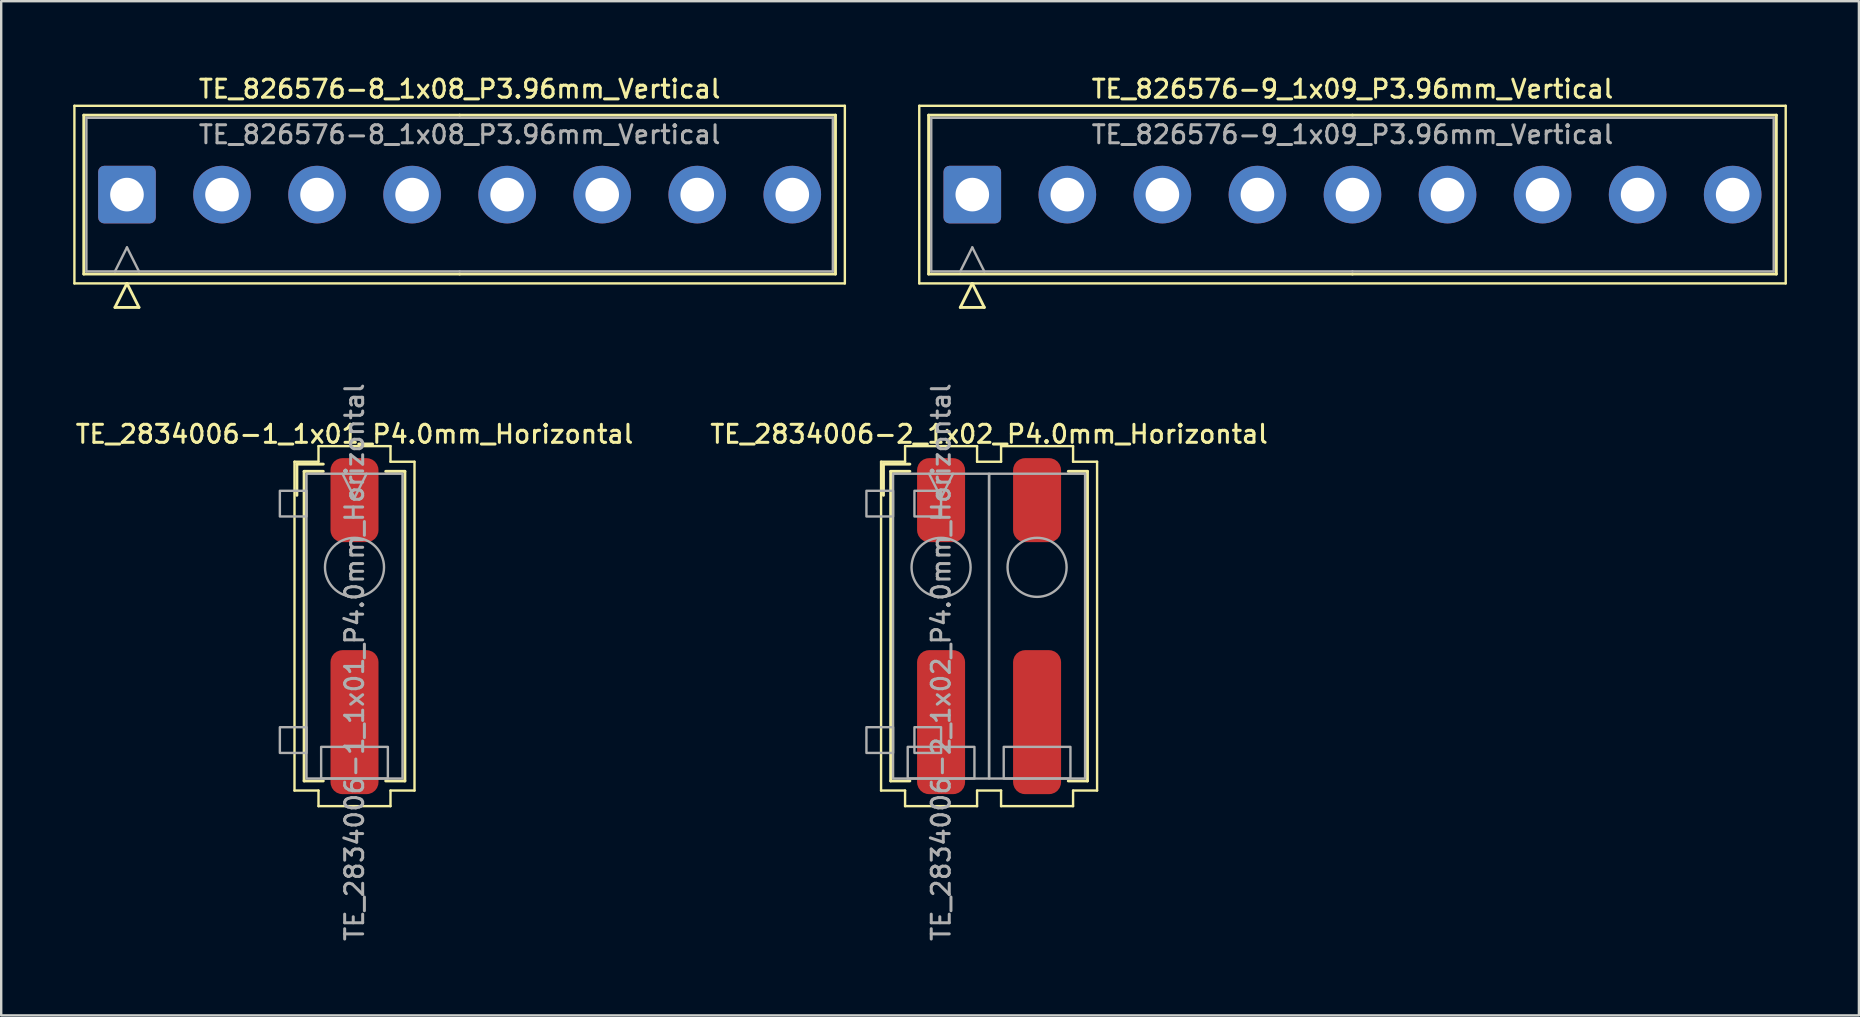
<source format=kicad_pcb>
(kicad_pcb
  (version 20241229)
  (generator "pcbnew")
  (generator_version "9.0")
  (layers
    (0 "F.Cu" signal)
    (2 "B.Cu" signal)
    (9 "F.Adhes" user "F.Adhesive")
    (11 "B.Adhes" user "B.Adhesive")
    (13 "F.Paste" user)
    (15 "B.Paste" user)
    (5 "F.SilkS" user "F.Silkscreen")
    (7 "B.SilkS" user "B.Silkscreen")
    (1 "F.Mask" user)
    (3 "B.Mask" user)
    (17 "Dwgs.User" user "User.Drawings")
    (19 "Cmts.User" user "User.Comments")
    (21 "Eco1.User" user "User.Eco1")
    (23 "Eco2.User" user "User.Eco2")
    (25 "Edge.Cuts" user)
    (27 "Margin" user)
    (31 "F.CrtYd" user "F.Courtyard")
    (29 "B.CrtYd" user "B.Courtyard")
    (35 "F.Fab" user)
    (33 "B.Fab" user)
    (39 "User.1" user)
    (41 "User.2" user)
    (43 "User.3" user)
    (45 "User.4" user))
  (footprint "TE_826576-9_1x09_P3.96mm_Vertical"
    (layer "F.Cu")
    (at 37.46 5.058)
    (property "Reference" "TE_826576-9_1x09_P3.96mm_Vertical" (at 15.84 -4.4 0) (layer "F.SilkS") (effects (font (size 0.75 0.75) (thickness 0.125))))
    (attr through_hole)
    (fp_line (start -2.21 -3.7) (end -2.21 3.7) (stroke (width 0.1) (type solid)) (layer "F.SilkS"))
    (fp_line (start -2.21 3.7) (end 33.89 3.7) (stroke (width 0.1) (type solid)) (layer "F.SilkS"))
    (fp_line (start -1.82 -3.31) (end -1.82 3.31) (stroke (width 0.12) (type solid)) (layer "F.SilkS"))
    (fp_line (start -1.82 3.31) (end 15.84 3.31) (stroke (width 0.12) (type solid)) (layer "F.SilkS"))
    (fp_line (start -0.5 4.7) (end 0 3.7) (stroke (width 0.12) (type solid)) (layer "F.SilkS"))
    (fp_line (start 0 3.7) (end 0.5 4.7) (stroke (width 0.12) (type solid)) (layer "F.SilkS"))
    (fp_line (start 0.5 4.7) (end -0.5 4.7) (stroke (width 0.12) (type solid)) (layer "F.SilkS"))
    (fp_line (start 15.84 -3.31) (end -1.82 -3.31) (stroke (width 0.12) (type solid)) (layer "F.SilkS"))
    (fp_line (start 15.84 -3.31) (end 33.5 -3.31) (stroke (width 0.12) (type solid)) (layer "F.SilkS"))
    (fp_line (start 33.5 -3.31) (end 33.5 3.31) (stroke (width 0.12) (type solid)) (layer "F.SilkS"))
    (fp_line (start 33.5 3.31) (end 15.84 3.31) (stroke (width 0.12) (type solid)) (layer "F.SilkS"))
    (fp_line (start 33.89 -3.7) (end -2.21 -3.7) (stroke (width 0.1) (type solid)) (layer "F.SilkS"))
    (fp_line (start 33.89 3.7) (end 33.89 -3.7) (stroke (width 0.1) (type solid)) (layer "F.SilkS"))
    (fp_line (start -1.71 -3.2) (end -1.71 3.2) (stroke (width 0.1) (type solid)) (layer "F.Fab"))
    (fp_line (start -1.71 3.2) (end 15.84 3.2) (stroke (width 0.1) (type solid)) (layer "F.Fab"))
    (fp_line (start -0.5 3.2) (end 0 2.2) (stroke (width 0.1) (type solid)) (layer "F.Fab"))
    (fp_line (start 0 2.2) (end 0.5 3.2) (stroke (width 0.1) (type solid)) (layer "F.Fab"))
    (fp_line (start 15.84 -3.2) (end -1.71 -3.2) (stroke (width 0.1) (type solid)) (layer "F.Fab"))
    (fp_line (start 15.84 -3.2) (end 33.39 -3.2) (stroke (width 0.1) (type solid)) (layer "F.Fab"))
    (fp_line (start 33.39 -3.2) (end 33.39 3.2) (stroke (width 0.1) (type solid)) (layer "F.Fab"))
    (fp_line (start 33.39 3.2) (end 15.84 3.2) (stroke (width 0.1) (type solid)) (layer "F.Fab"))
    (fp_text user "${REFERENCE}" (at 15.84 -2.5 0) (layer "F.Fab") (effects (font (size 0.75 0.75) (thickness 0.125))))
    (pad "1" thru_hole roundrect (at 0 0) (size 2.4 2.4) (drill 1.4) (layers "*.Cu" "*.Mask") (roundrect_rratio 0.104))
    (pad "2" thru_hole circle (at 3.96 0) (size 2.4 2.4) (drill 1.4) (layers "*.Cu" "*.Mask"))
    (pad "3" thru_hole circle (at 7.92 0) (size 2.4 2.4) (drill 1.4) (layers "*.Cu" "*.Mask"))
    (pad "4" thru_hole circle (at 11.88 0) (size 2.4 2.4) (drill 1.4) (layers "*.Cu" "*.Mask"))
    (pad "5" thru_hole circle (at 15.84 0) (size 2.4 2.4) (drill 1.4) (layers "*.Cu" "*.Mask"))
    (pad "6" thru_hole circle (at 19.8 0) (size 2.4 2.4) (drill 1.4) (layers "*.Cu" "*.Mask"))
    (pad "7" thru_hole circle (at 23.76 0) (size 2.4 2.4) (drill 1.4) (layers "*.Cu" "*.Mask"))
    (pad "8" thru_hole circle (at 27.72 0) (size 2.4 2.4) (drill 1.4) (layers "*.Cu" "*.Mask"))
    (pad "9" thru_hole circle (at 31.68 0) (size 2.4 2.4) (drill 1.4) (layers "*.Cu" "*.Mask")))
  (footprint "TE_2834006-2_1x02_P4.0mm_Horizontal"
    (layer "F.Cu")
    (at 38.159 23.038)
    (property "Reference" "TE_2834006-2_1x02_P4.0mm_Horizontal" (at 0 -8 0) (unlocked yes) (layer "F.SilkS") (effects (font (size 0.75 0.75) (thickness 0.125))))
    (attr smd)
    (fp_line (start -4.5 -6.85) (end -4.5 6.85) (stroke (width 0.1) (type solid)) (layer "F.SilkS"))
    (fp_line (start -4.5 -6.85) (end -3.5 -6.85) (stroke (width 0.1) (type solid)) (layer "F.SilkS"))
    (fp_line (start -4.4 -6.75) (end -4.4 -5.45) (stroke (width 0.12) (type solid)) (layer "F.SilkS"))
    (fp_line (start -4.1 -6.45) (end -3.3 -6.45) (stroke (width 0.12) (type solid)) (layer "F.SilkS"))
    (fp_line (start -4.1 6.45) (end -4.1 -6.45) (stroke (width 0.12) (type solid)) (layer "F.SilkS"))
    (fp_line (start -4.1 6.45) (end -3.3 6.45) (stroke (width 0.12) (type solid)) (layer "F.SilkS"))
    (fp_line (start -3.5 -7.5) (end -0.5 -7.5) (stroke (width 0.1) (type solid)) (layer "F.SilkS"))
    (fp_line (start -3.5 -6.85) (end -3.5 -7.5) (stroke (width 0.1) (type solid)) (layer "F.SilkS"))
    (fp_line (start -3.5 6.85) (end -4.5 6.85) (stroke (width 0.1) (type solid)) (layer "F.SilkS"))
    (fp_line (start -3.5 7.5) (end -3.5 6.85) (stroke (width 0.1) (type solid)) (layer "F.SilkS"))
    (fp_line (start -3.3 -6.75) (end -4.4 -6.75) (stroke (width 0.12) (type solid)) (layer "F.SilkS"))
    (fp_line (start -0.5 -7.5) (end -0.5 -6.85) (stroke (width 0.1) (type solid)) (layer "F.SilkS"))
    (fp_line (start -0.5 -6.85) (end 0.5 -6.85) (stroke (width 0.1) (type solid)) (layer "F.SilkS"))
    (fp_line (start -0.5 6.85) (end -0.5 7.5) (stroke (width 0.1) (type solid)) (layer "F.SilkS"))
    (fp_line (start -0.5 7.5) (end -3.5 7.5) (stroke (width 0.1) (type solid)) (layer "F.SilkS"))
    (fp_line (start 0.5 -7.5) (end 3.5 -7.5) (stroke (width 0.1) (type solid)) (layer "F.SilkS"))
    (fp_line (start 0.5 -6.85) (end 0.5 -7.5) (stroke (width 0.1) (type solid)) (layer "F.SilkS"))
    (fp_line (start 0.5 6.85) (end -0.5 6.85) (stroke (width 0.1) (type solid)) (layer "F.SilkS"))
    (fp_line (start 0.5 7.5) (end 0.5 6.85) (stroke (width 0.1) (type solid)) (layer "F.SilkS"))
    (fp_line (start 3.5 -7.5) (end 3.5 -6.85) (stroke (width 0.1) (type solid)) (layer "F.SilkS"))
    (fp_line (start 3.5 -6.85) (end 4.5 -6.85) (stroke (width 0.1) (type solid)) (layer "F.SilkS"))
    (fp_line (start 3.5 6.85) (end 3.5 7.5) (stroke (width 0.1) (type solid)) (layer "F.SilkS"))
    (fp_line (start 3.5 7.5) (end 0.5 7.5) (stroke (width 0.1) (type solid)) (layer "F.SilkS"))
    (fp_line (start 4.1 -6.45) (end 3.3 -6.45) (stroke (width 0.12) (type solid)) (layer "F.SilkS"))
    (fp_line (start 4.1 -6.45) (end 4.1 6.45) (stroke (width 0.12) (type solid)) (layer "F.SilkS"))
    (fp_line (start 4.1 6.45) (end 3.3 6.45) (stroke (width 0.12) (type solid)) (layer "F.SilkS"))
    (fp_line (start 4.5 -6.85) (end 4.5 6.85) (stroke (width 0.1) (type solid)) (layer "F.SilkS"))
    (fp_line (start 4.5 6.85) (end 3.5 6.85) (stroke (width 0.1) (type solid)) (layer "F.SilkS"))
    (fp_line (start -2 -5.35) (end -2.5 -6.35) (stroke (width 0.1) (type solid)) (layer "F.Fab"))
    (fp_line (start -1.5 -6.35) (end -2 -5.35) (stroke (width 0.1) (type solid)) (layer "F.Fab"))
    (fp_rect (start -5.11 -5.64) (end -4 -4.569) (stroke (width 0.1) (type solid)) (fill no) (layer "F.Fab"))
    (fp_rect (start -5.11 4.21) (end -4 5.282) (stroke (width 0.1) (type solid)) (fill no) (layer "F.Fab"))
    (fp_rect (start -4 -6.35) (end 0 6.35) (stroke (width 0.1) (type solid)) (fill no) (layer "F.Fab"))
    (fp_rect (start -3.39 5.03) (end -0.61 6.35) (stroke (width 0.1) (type solid)) (fill no) (layer "F.Fab"))
    (fp_rect (start -3.11 -5.64) (end -2 -4.569) (stroke (width 0.1) (type solid)) (fill no) (layer "F.Fab"))
    (fp_rect (start -3.11 4.21) (end -2 5.282) (stroke (width 0.1) (type solid)) (fill no) (layer "F.Fab"))
    (fp_rect (start 0 -6.35) (end 4 6.35) (stroke (width 0.1) (type solid)) (fill no) (layer "F.Fab"))
    (fp_rect (start 0.61 5.03) (end 3.39 6.35) (stroke (width 0.1) (type solid)) (fill no) (layer "F.Fab"))
    (fp_circle (center -2 -2.45) (end -0.77 -2.45) (stroke (width 0.1) (type solid)) (fill no) (layer "F.Fab"))
    (fp_circle (center 2 -2.45) (end 3.23 -2.45) (stroke (width 0.1) (type solid)) (fill no) (layer "F.Fab"))
    (fp_text user "${REFERENCE}" (at -2 1.5 90) (unlocked yes) (layer "F.Fab") (effects (font (size 0.75 0.75) (thickness 0.125))))
    (pad "1" smd roundrect (at -2 -5.25) (size 2 3.5) (layers "F.Cu" "F.Mask" "F.Paste") (roundrect_rratio 0.25))
    (pad "1" smd roundrect (at -2 4) (size 2 6) (layers "F.Cu" "F.Mask" "F.Paste") (roundrect_rratio 0.25))
    (pad "2" smd roundrect (at 2 -5.25) (size 2 3.5) (layers "F.Cu" "F.Mask" "F.Paste") (roundrect_rratio 0.25))
    (pad "2" smd roundrect (at 2 4) (size 2 6) (layers "F.Cu" "F.Mask" "F.Paste") (roundrect_rratio 0.25)))
  (footprint "TE_826576-8_1x08_P3.96mm_Vertical"
    (layer "F.Cu")
    (at 2.24 5.058)
    (property "Reference" "TE_826576-8_1x08_P3.96mm_Vertical" (at 13.86 -4.4 0) (layer "F.SilkS") (effects (font (size 0.75 0.75) (thickness 0.125))))
    (attr through_hole)
    (fp_line (start -2.19 -3.7) (end -2.19 3.7) (stroke (width 0.1) (type solid)) (layer "F.SilkS"))
    (fp_line (start -2.19 3.7) (end 29.91 3.7) (stroke (width 0.1) (type solid)) (layer "F.SilkS"))
    (fp_line (start -1.8 -3.31) (end -1.8 3.31) (stroke (width 0.12) (type solid)) (layer "F.SilkS"))
    (fp_line (start -1.8 3.31) (end 13.86 3.31) (stroke (width 0.12) (type solid)) (layer "F.SilkS"))
    (fp_line (start -0.5 4.7) (end 0 3.7) (stroke (width 0.12) (type solid)) (layer "F.SilkS"))
    (fp_line (start 0 3.7) (end 0.5 4.7) (stroke (width 0.12) (type solid)) (layer "F.SilkS"))
    (fp_line (start 0.5 4.7) (end -0.5 4.7) (stroke (width 0.12) (type solid)) (layer "F.SilkS"))
    (fp_line (start 13.86 -3.31) (end -1.8 -3.31) (stroke (width 0.12) (type solid)) (layer "F.SilkS"))
    (fp_line (start 13.86 -3.31) (end 29.52 -3.31) (stroke (width 0.12) (type solid)) (layer "F.SilkS"))
    (fp_line (start 29.52 -3.31) (end 29.52 3.31) (stroke (width 0.12) (type solid)) (layer "F.SilkS"))
    (fp_line (start 29.52 3.31) (end 13.86 3.31) (stroke (width 0.12) (type solid)) (layer "F.SilkS"))
    (fp_line (start 29.91 -3.7) (end -2.19 -3.7) (stroke (width 0.1) (type solid)) (layer "F.SilkS"))
    (fp_line (start 29.91 3.7) (end 29.91 -3.7) (stroke (width 0.1) (type solid)) (layer "F.SilkS"))
    (fp_line (start -1.69 -3.2) (end -1.69 3.2) (stroke (width 0.1) (type solid)) (layer "F.Fab"))
    (fp_line (start -1.69 3.2) (end 13.86 3.2) (stroke (width 0.1) (type solid)) (layer "F.Fab"))
    (fp_line (start -0.5 3.2) (end 0 2.2) (stroke (width 0.1) (type solid)) (layer "F.Fab"))
    (fp_line (start 0 2.2) (end 0.5 3.2) (stroke (width 0.1) (type solid)) (layer "F.Fab"))
    (fp_line (start 13.86 -3.2) (end -1.69 -3.2) (stroke (width 0.1) (type solid)) (layer "F.Fab"))
    (fp_line (start 13.86 -3.2) (end 29.41 -3.2) (stroke (width 0.1) (type solid)) (layer "F.Fab"))
    (fp_line (start 29.41 -3.2) (end 29.41 3.2) (stroke (width 0.1) (type solid)) (layer "F.Fab"))
    (fp_line (start 29.41 3.2) (end 13.86 3.2) (stroke (width 0.1) (type solid)) (layer "F.Fab"))
    (fp_text user "${REFERENCE}" (at 13.86 -2.5 0) (layer "F.Fab") (effects (font (size 0.75 0.75) (thickness 0.125))))
    (pad "1" thru_hole roundrect (at 0 0) (size 2.4 2.4) (drill 1.4) (layers "*.Cu" "*.Mask") (roundrect_rratio 0.104))
    (pad "2" thru_hole circle (at 3.96 0) (size 2.4 2.4) (drill 1.4) (layers "*.Cu" "*.Mask"))
    (pad "3" thru_hole circle (at 7.92 0) (size 2.4 2.4) (drill 1.4) (layers "*.Cu" "*.Mask"))
    (pad "4" thru_hole circle (at 11.88 0) (size 2.4 2.4) (drill 1.4) (layers "*.Cu" "*.Mask"))
    (pad "5" thru_hole circle (at 15.84 0) (size 2.4 2.4) (drill 1.4) (layers "*.Cu" "*.Mask"))
    (pad "6" thru_hole circle (at 19.8 0) (size 2.4 2.4) (drill 1.4) (layers "*.Cu" "*.Mask"))
    (pad "7" thru_hole circle (at 23.76 0) (size 2.4 2.4) (drill 1.4) (layers "*.Cu" "*.Mask"))
    (pad "8" thru_hole circle (at 27.72 0) (size 2.4 2.4) (drill 1.4) (layers "*.Cu" "*.Mask")))
  (footprint "TE_2834006-1_1x01_P4.0mm_Horizontal"
    (layer "F.Cu")
    (at 11.72 23.038)
    (property "Reference" "TE_2834006-1_1x01_P4.0mm_Horizontal" (at 0 -8 0) (unlocked yes) (layer "F.SilkS") (effects (font (size 0.75 0.75) (thickness 0.125))))
    (attr smd)
    (fp_line (start -2.5 -6.85) (end -2.5 6.85) (stroke (width 0.1) (type solid)) (layer "F.SilkS"))
    (fp_line (start -2.5 -6.85) (end -1.5 -6.85) (stroke (width 0.1) (type solid)) (layer "F.SilkS"))
    (fp_line (start -2.4 -6.75) (end -2.4 -5.45) (stroke (width 0.12) (type solid)) (layer "F.SilkS"))
    (fp_line (start -2.1 -6.45) (end -1.3 -6.45) (stroke (width 0.12) (type solid)) (layer "F.SilkS"))
    (fp_line (start -2.1 6.45) (end -2.1 -6.45) (stroke (width 0.12) (type solid)) (layer "F.SilkS"))
    (fp_line (start -2.1 6.45) (end -1.3 6.45) (stroke (width 0.12) (type solid)) (layer "F.SilkS"))
    (fp_line (start -1.5 -7.5) (end 1.5 -7.5) (stroke (width 0.1) (type solid)) (layer "F.SilkS"))
    (fp_line (start -1.5 -6.85) (end -1.5 -7.5) (stroke (width 0.1) (type solid)) (layer "F.SilkS"))
    (fp_line (start -1.5 6.85) (end -2.5 6.85) (stroke (width 0.1) (type solid)) (layer "F.SilkS"))
    (fp_line (start -1.5 7.5) (end -1.5 6.85) (stroke (width 0.1) (type solid)) (layer "F.SilkS"))
    (fp_line (start -1.3 -6.75) (end -2.4 -6.75) (stroke (width 0.12) (type solid)) (layer "F.SilkS"))
    (fp_line (start 1.5 -7.5) (end 1.5 -6.85) (stroke (width 0.1) (type solid)) (layer "F.SilkS"))
    (fp_line (start 1.5 -6.85) (end 2.5 -6.85) (stroke (width 0.1) (type solid)) (layer "F.SilkS"))
    (fp_line (start 1.5 6.85) (end 1.5 7.5) (stroke (width 0.1) (type solid)) (layer "F.SilkS"))
    (fp_line (start 1.5 7.5) (end -1.5 7.5) (stroke (width 0.1) (type solid)) (layer "F.SilkS"))
    (fp_line (start 2.1 -6.45) (end 1.3 -6.45) (stroke (width 0.12) (type solid)) (layer "F.SilkS"))
    (fp_line (start 2.1 -6.45) (end 2.1 6.45) (stroke (width 0.12) (type solid)) (layer "F.SilkS"))
    (fp_line (start 2.1 6.45) (end 1.3 6.45) (stroke (width 0.12) (type solid)) (layer "F.SilkS"))
    (fp_line (start 2.5 -6.85) (end 2.5 6.85) (stroke (width 0.1) (type solid)) (layer "F.SilkS"))
    (fp_line (start 2.5 6.85) (end 1.5 6.85) (stroke (width 0.1) (type solid)) (layer "F.SilkS"))
    (fp_line (start 0 -5.35) (end -0.5 -6.35) (stroke (width 0.1) (type solid)) (layer "F.Fab"))
    (fp_line (start 0.5 -6.35) (end 0 -5.35) (stroke (width 0.1) (type solid)) (layer "F.Fab"))
    (fp_rect (start -3.11 -5.64) (end -2 -4.569) (stroke (width 0.1) (type solid)) (fill no) (layer "F.Fab"))
    (fp_rect (start -3.11 4.21) (end -2 5.282) (stroke (width 0.1) (type solid)) (fill no) (layer "F.Fab"))
    (fp_rect (start -2 -6.35) (end 2 6.35) (stroke (width 0.1) (type solid)) (fill no) (layer "F.Fab"))
    (fp_rect (start -1.39 5.03) (end 1.39 6.35) (stroke (width 0.1) (type solid)) (fill no) (layer "F.Fab"))
    (fp_circle (center 0 -2.45) (end 1.23 -2.45) (stroke (width 0.1) (type solid)) (fill no) (layer "F.Fab"))
    (fp_text user "${REFERENCE}" (at 0 1.5 90) (unlocked yes) (layer "F.Fab") (effects (font (size 0.75 0.75) (thickness 0.125))))
    (pad "1" smd roundrect (at 0 -5.25) (size 2 3.5) (layers "F.Cu" "F.Mask" "F.Paste") (roundrect_rratio 0.25))
    (pad "1" smd roundrect (at 0 4) (size 2 6) (layers "F.Cu" "F.Mask" "F.Paste") (roundrect_rratio 0.25)))
  (gr_rect
    (start -3 -3)
    (end 74.4 39.257)
    (stroke (width 0.1) (type default))
    (fill no)
    (layer "Edge.Cuts")))
</source>
